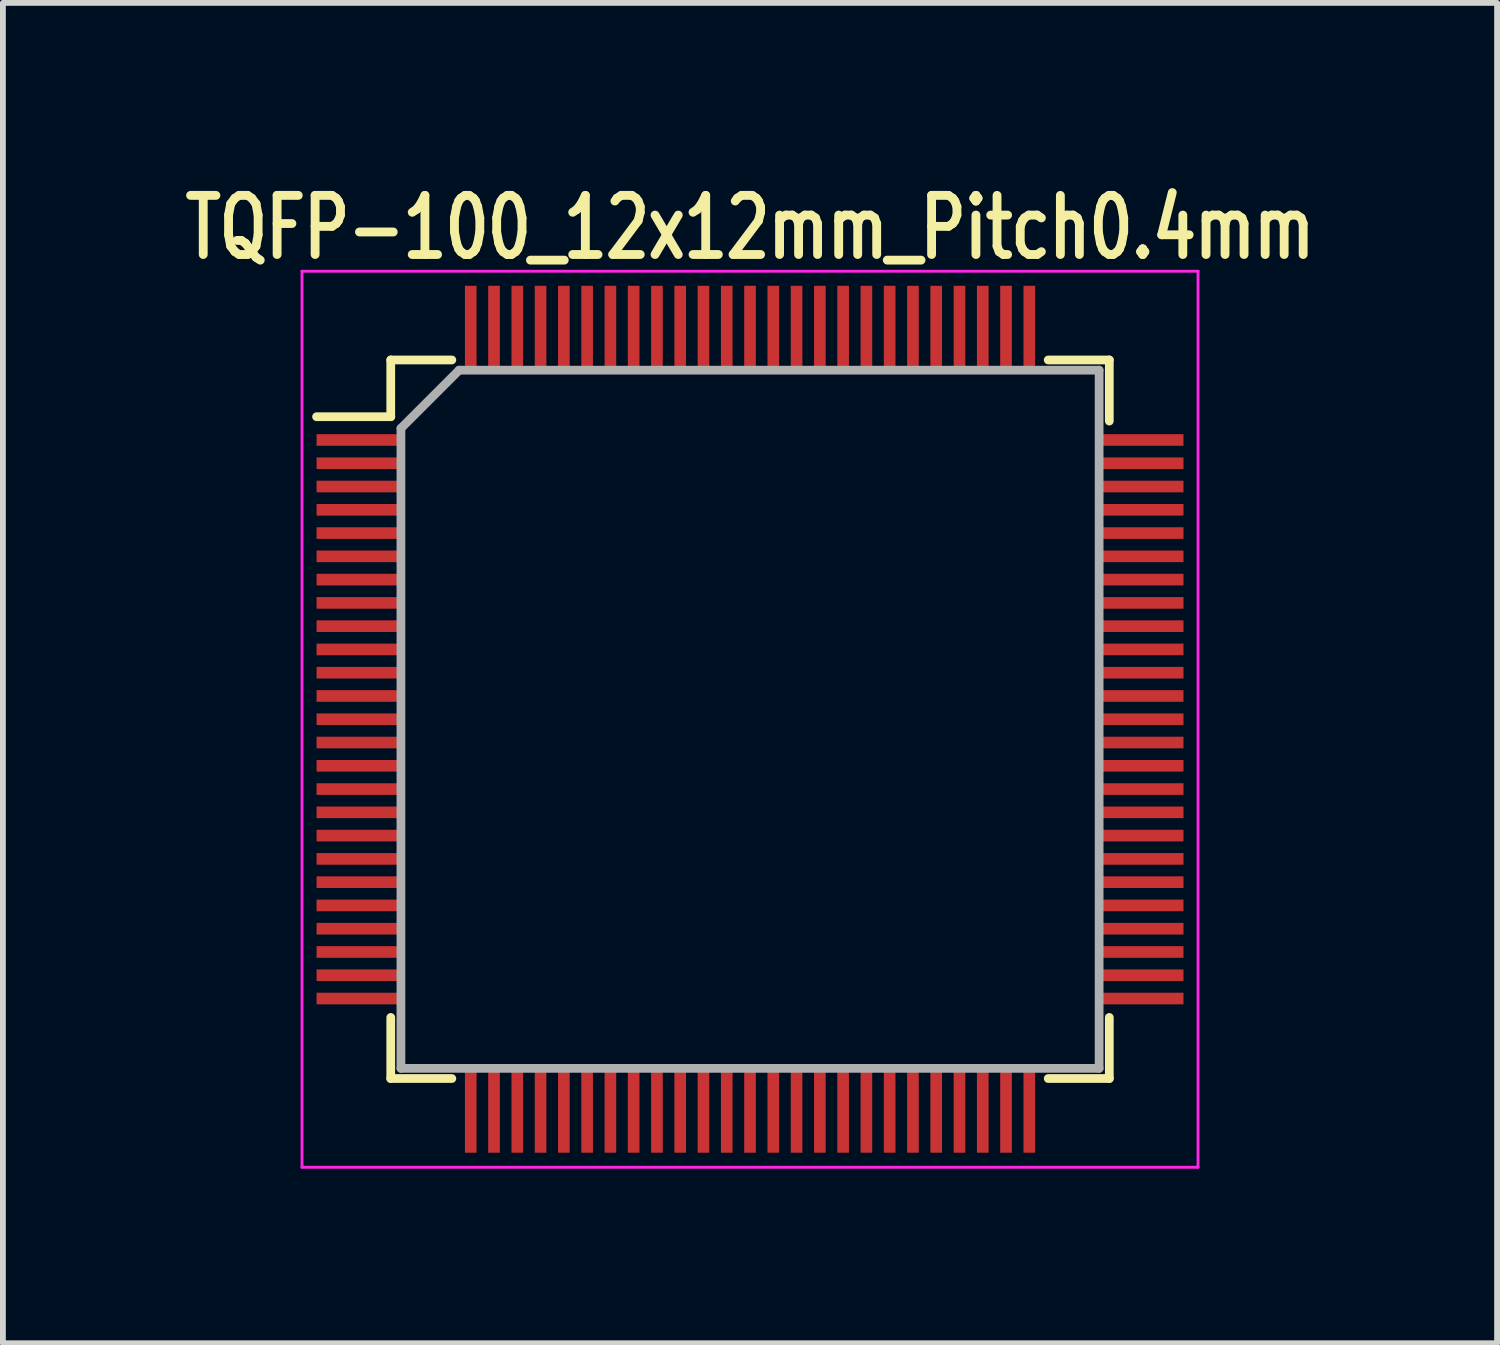
<source format=kicad_pcb>
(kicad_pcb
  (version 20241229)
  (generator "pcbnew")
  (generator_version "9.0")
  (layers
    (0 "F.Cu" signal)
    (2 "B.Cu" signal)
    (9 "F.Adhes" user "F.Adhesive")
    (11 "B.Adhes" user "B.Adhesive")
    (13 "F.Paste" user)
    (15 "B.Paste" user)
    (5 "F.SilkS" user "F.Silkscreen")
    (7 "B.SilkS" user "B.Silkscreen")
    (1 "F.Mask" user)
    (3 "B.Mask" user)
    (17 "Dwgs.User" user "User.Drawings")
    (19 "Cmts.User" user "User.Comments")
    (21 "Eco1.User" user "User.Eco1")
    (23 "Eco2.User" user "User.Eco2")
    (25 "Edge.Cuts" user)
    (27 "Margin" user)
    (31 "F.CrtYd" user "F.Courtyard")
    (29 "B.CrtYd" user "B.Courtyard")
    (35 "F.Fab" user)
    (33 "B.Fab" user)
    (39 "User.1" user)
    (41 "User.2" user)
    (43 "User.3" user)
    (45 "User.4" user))
  (footprint "TQFP-100_12x12mm_Pitch0.4mm"
    (layer "F.Cu")
    (at 9.841 9.312)
    (property "Reference" "TQFP-100_12x12mm_Pitch0.4mm" (at 0 -8.45 0) (layer "F.SilkS") (effects (font (size 1.016 0.762) (thickness 0.152))))
    (attr smd)
    (fp_line (start -6.175 -6.175) (end -6.175 -5.2) (stroke (width 0.15) (type solid)) (layer "F.SilkS"))
    (fp_line (start -6.175 -6.175) (end -5.125 -6.175) (stroke (width 0.15) (type solid)) (layer "F.SilkS"))
    (fp_line (start -6.175 -5.2) (end -7.45 -5.2) (stroke (width 0.15) (type solid)) (layer "F.SilkS"))
    (fp_line (start -6.175 6.175) (end -6.175 5.125) (stroke (width 0.15) (type solid)) (layer "F.SilkS"))
    (fp_line (start -6.175 6.175) (end -5.125 6.175) (stroke (width 0.15) (type solid)) (layer "F.SilkS"))
    (fp_line (start 6.175 -6.175) (end 5.125 -6.175) (stroke (width 0.15) (type solid)) (layer "F.SilkS"))
    (fp_line (start 6.175 -6.175) (end 6.175 -5.125) (stroke (width 0.15) (type solid)) (layer "F.SilkS"))
    (fp_line (start 6.175 6.175) (end 5.125 6.175) (stroke (width 0.15) (type solid)) (layer "F.SilkS"))
    (fp_line (start 6.175 6.175) (end 6.175 5.125) (stroke (width 0.15) (type solid)) (layer "F.SilkS"))
    (fp_line (start -7.7 -7.7) (end -7.7 7.7) (stroke (width 0.05) (type solid)) (layer "F.CrtYd"))
    (fp_line (start -7.7 -7.7) (end 7.7 -7.7) (stroke (width 0.05) (type solid)) (layer "F.CrtYd"))
    (fp_line (start -7.7 7.7) (end 7.7 7.7) (stroke (width 0.05) (type solid)) (layer "F.CrtYd"))
    (fp_line (start 7.7 -7.7) (end 7.7 7.7) (stroke (width 0.05) (type solid)) (layer "F.CrtYd"))
    (fp_line (start -6 -5) (end -5 -6) (stroke (width 0.15) (type solid)) (layer "F.Fab"))
    (fp_line (start -6 6) (end -6 -5) (stroke (width 0.15) (type solid)) (layer "F.Fab"))
    (fp_line (start -5 -6) (end 6 -6) (stroke (width 0.15) (type solid)) (layer "F.Fab"))
    (fp_line (start 6 -6) (end 6 6) (stroke (width 0.15) (type solid)) (layer "F.Fab"))
    (fp_line (start 6 6) (end -6 6) (stroke (width 0.15) (type solid)) (layer "F.Fab"))
    (pad "1" smd rect (at -6.7 -4.8) (size 1.5 0.2) (layers "F.Cu" "F.Mask" "F.Paste"))
    (pad "2" smd rect (at -6.7 -4.4) (size 1.5 0.2) (layers "F.Cu" "F.Mask" "F.Paste"))
    (pad "3" smd rect (at -6.7 -4) (size 1.5 0.2) (layers "F.Cu" "F.Mask" "F.Paste"))
    (pad "4" smd rect (at -6.7 -3.6) (size 1.5 0.2) (layers "F.Cu" "F.Mask" "F.Paste"))
    (pad "5" smd rect (at -6.7 -3.2) (size 1.5 0.2) (layers "F.Cu" "F.Mask" "F.Paste"))
    (pad "6" smd rect (at -6.7 -2.8) (size 1.5 0.2) (layers "F.Cu" "F.Mask" "F.Paste"))
    (pad "7" smd rect (at -6.7 -2.4) (size 1.5 0.2) (layers "F.Cu" "F.Mask" "F.Paste"))
    (pad "8" smd rect (at -6.7 -2) (size 1.5 0.2) (layers "F.Cu" "F.Mask" "F.Paste"))
    (pad "9" smd rect (at -6.7 -1.6) (size 1.5 0.2) (layers "F.Cu" "F.Mask" "F.Paste"))
    (pad "10" smd rect (at -6.7 -1.2) (size 1.5 0.2) (layers "F.Cu" "F.Mask" "F.Paste"))
    (pad "11" smd rect (at -6.7 -0.8) (size 1.5 0.2) (layers "F.Cu" "F.Mask" "F.Paste"))
    (pad "12" smd rect (at -6.7 -0.4) (size 1.5 0.2) (layers "F.Cu" "F.Mask" "F.Paste"))
    (pad "13" smd rect (at -6.7 0) (size 1.5 0.2) (layers "F.Cu" "F.Mask" "F.Paste"))
    (pad "14" smd rect (at -6.7 0.4) (size 1.5 0.2) (layers "F.Cu" "F.Mask" "F.Paste"))
    (pad "15" smd rect (at -6.7 0.8) (size 1.5 0.2) (layers "F.Cu" "F.Mask" "F.Paste"))
    (pad "16" smd rect (at -6.7 1.2) (size 1.5 0.2) (layers "F.Cu" "F.Mask" "F.Paste"))
    (pad "17" smd rect (at -6.7 1.6) (size 1.5 0.2) (layers "F.Cu" "F.Mask" "F.Paste"))
    (pad "18" smd rect (at -6.7 2) (size 1.5 0.2) (layers "F.Cu" "F.Mask" "F.Paste"))
    (pad "19" smd rect (at -6.7 2.4) (size 1.5 0.2) (layers "F.Cu" "F.Mask" "F.Paste"))
    (pad "20" smd rect (at -6.7 2.8) (size 1.5 0.2) (layers "F.Cu" "F.Mask" "F.Paste"))
    (pad "21" smd rect (at -6.7 3.2) (size 1.5 0.2) (layers "F.Cu" "F.Mask" "F.Paste"))
    (pad "22" smd rect (at -6.7 3.6) (size 1.5 0.2) (layers "F.Cu" "F.Mask" "F.Paste"))
    (pad "23" smd rect (at -6.7 4) (size 1.5 0.2) (layers "F.Cu" "F.Mask" "F.Paste"))
    (pad "24" smd rect (at -6.7 4.4) (size 1.5 0.2) (layers "F.Cu" "F.Mask" "F.Paste"))
    (pad "25" smd rect (at -6.7 4.8) (size 1.5 0.2) (layers "F.Cu" "F.Mask" "F.Paste"))
    (pad "26" smd rect (at -4.8 6.7 90) (size 1.5 0.2) (layers "F.Cu" "F.Mask" "F.Paste"))
    (pad "27" smd rect (at -4.4 6.7 90) (size 1.5 0.2) (layers "F.Cu" "F.Mask" "F.Paste"))
    (pad "28" smd rect (at -4 6.7 90) (size 1.5 0.2) (layers "F.Cu" "F.Mask" "F.Paste"))
    (pad "29" smd rect (at -3.6 6.7 90) (size 1.5 0.2) (layers "F.Cu" "F.Mask" "F.Paste"))
    (pad "30" smd rect (at -3.2 6.7 90) (size 1.5 0.2) (layers "F.Cu" "F.Mask" "F.Paste"))
    (pad "31" smd rect (at -2.8 6.7 90) (size 1.5 0.2) (layers "F.Cu" "F.Mask" "F.Paste"))
    (pad "32" smd rect (at -2.4 6.7 90) (size 1.5 0.2) (layers "F.Cu" "F.Mask" "F.Paste"))
    (pad "33" smd rect (at -2 6.7 90) (size 1.5 0.2) (layers "F.Cu" "F.Mask" "F.Paste"))
    (pad "34" smd rect (at -1.6 6.7 90) (size 1.5 0.2) (layers "F.Cu" "F.Mask" "F.Paste"))
    (pad "35" smd rect (at -1.2 6.7 90) (size 1.5 0.2) (layers "F.Cu" "F.Mask" "F.Paste"))
    (pad "36" smd rect (at -0.8 6.7 90) (size 1.5 0.2) (layers "F.Cu" "F.Mask" "F.Paste"))
    (pad "37" smd rect (at -0.4 6.7 90) (size 1.5 0.2) (layers "F.Cu" "F.Mask" "F.Paste"))
    (pad "38" smd rect (at 0 6.7 90) (size 1.5 0.2) (layers "F.Cu" "F.Mask" "F.Paste"))
    (pad "39" smd rect (at 0.4 6.7 90) (size 1.5 0.2) (layers "F.Cu" "F.Mask" "F.Paste"))
    (pad "40" smd rect (at 0.8 6.7 90) (size 1.5 0.2) (layers "F.Cu" "F.Mask" "F.Paste"))
    (pad "41" smd rect (at 1.2 6.7 90) (size 1.5 0.2) (layers "F.Cu" "F.Mask" "F.Paste"))
    (pad "42" smd rect (at 1.6 6.7 90) (size 1.5 0.2) (layers "F.Cu" "F.Mask" "F.Paste"))
    (pad "43" smd rect (at 2 6.7 90) (size 1.5 0.2) (layers "F.Cu" "F.Mask" "F.Paste"))
    (pad "44" smd rect (at 2.4 6.7 90) (size 1.5 0.2) (layers "F.Cu" "F.Mask" "F.Paste"))
    (pad "45" smd rect (at 2.8 6.7 90) (size 1.5 0.2) (layers "F.Cu" "F.Mask" "F.Paste"))
    (pad "46" smd rect (at 3.2 6.7 90) (size 1.5 0.2) (layers "F.Cu" "F.Mask" "F.Paste"))
    (pad "47" smd rect (at 3.6 6.7 90) (size 1.5 0.2) (layers "F.Cu" "F.Mask" "F.Paste"))
    (pad "48" smd rect (at 4 6.7 90) (size 1.5 0.2) (layers "F.Cu" "F.Mask" "F.Paste"))
    (pad "49" smd rect (at 4.4 6.7 90) (size 1.5 0.2) (layers "F.Cu" "F.Mask" "F.Paste"))
    (pad "50" smd rect (at 4.8 6.7 90) (size 1.5 0.2) (layers "F.Cu" "F.Mask" "F.Paste"))
    (pad "51" smd rect (at 6.7 4.8) (size 1.5 0.2) (layers "F.Cu" "F.Mask" "F.Paste"))
    (pad "52" smd rect (at 6.7 4.4) (size 1.5 0.2) (layers "F.Cu" "F.Mask" "F.Paste"))
    (pad "53" smd rect (at 6.7 4) (size 1.5 0.2) (layers "F.Cu" "F.Mask" "F.Paste"))
    (pad "54" smd rect (at 6.7 3.6) (size 1.5 0.2) (layers "F.Cu" "F.Mask" "F.Paste"))
    (pad "55" smd rect (at 6.7 3.2) (size 1.5 0.2) (layers "F.Cu" "F.Mask" "F.Paste"))
    (pad "56" smd rect (at 6.7 2.8) (size 1.5 0.2) (layers "F.Cu" "F.Mask" "F.Paste"))
    (pad "57" smd rect (at 6.7 2.4) (size 1.5 0.2) (layers "F.Cu" "F.Mask" "F.Paste"))
    (pad "58" smd rect (at 6.7 2) (size 1.5 0.2) (layers "F.Cu" "F.Mask" "F.Paste"))
    (pad "59" smd rect (at 6.7 1.6) (size 1.5 0.2) (layers "F.Cu" "F.Mask" "F.Paste"))
    (pad "60" smd rect (at 6.7 1.2) (size 1.5 0.2) (layers "F.Cu" "F.Mask" "F.Paste"))
    (pad "61" smd rect (at 6.7 0.8) (size 1.5 0.2) (layers "F.Cu" "F.Mask" "F.Paste"))
    (pad "62" smd rect (at 6.7 0.4) (size 1.5 0.2) (layers "F.Cu" "F.Mask" "F.Paste"))
    (pad "63" smd rect (at 6.7 0) (size 1.5 0.2) (layers "F.Cu" "F.Mask" "F.Paste"))
    (pad "64" smd rect (at 6.7 -0.4) (size 1.5 0.2) (layers "F.Cu" "F.Mask" "F.Paste"))
    (pad "65" smd rect (at 6.7 -0.8) (size 1.5 0.2) (layers "F.Cu" "F.Mask" "F.Paste"))
    (pad "66" smd rect (at 6.7 -1.2) (size 1.5 0.2) (layers "F.Cu" "F.Mask" "F.Paste"))
    (pad "67" smd rect (at 6.7 -1.6) (size 1.5 0.2) (layers "F.Cu" "F.Mask" "F.Paste"))
    (pad "68" smd rect (at 6.7 -2) (size 1.5 0.2) (layers "F.Cu" "F.Mask" "F.Paste"))
    (pad "69" smd rect (at 6.7 -2.4) (size 1.5 0.2) (layers "F.Cu" "F.Mask" "F.Paste"))
    (pad "70" smd rect (at 6.7 -2.8) (size 1.5 0.2) (layers "F.Cu" "F.Mask" "F.Paste"))
    (pad "71" smd rect (at 6.7 -3.2) (size 1.5 0.2) (layers "F.Cu" "F.Mask" "F.Paste"))
    (pad "72" smd rect (at 6.7 -3.6) (size 1.5 0.2) (layers "F.Cu" "F.Mask" "F.Paste"))
    (pad "73" smd rect (at 6.7 -4) (size 1.5 0.2) (layers "F.Cu" "F.Mask" "F.Paste"))
    (pad "74" smd rect (at 6.7 -4.4) (size 1.5 0.2) (layers "F.Cu" "F.Mask" "F.Paste"))
    (pad "75" smd rect (at 6.7 -4.8) (size 1.5 0.2) (layers "F.Cu" "F.Mask" "F.Paste"))
    (pad "76" smd rect (at 4.8 -6.7 90) (size 1.5 0.2) (layers "F.Cu" "F.Mask" "F.Paste"))
    (pad "77" smd rect (at 4.4 -6.7 90) (size 1.5 0.2) (layers "F.Cu" "F.Mask" "F.Paste"))
    (pad "78" smd rect (at 4 -6.7 90) (size 1.5 0.2) (layers "F.Cu" "F.Mask" "F.Paste"))
    (pad "79" smd rect (at 3.6 -6.7 90) (size 1.5 0.2) (layers "F.Cu" "F.Mask" "F.Paste"))
    (pad "80" smd rect (at 3.2 -6.7 90) (size 1.5 0.2) (layers "F.Cu" "F.Mask" "F.Paste"))
    (pad "81" smd rect (at 2.8 -6.7 90) (size 1.5 0.2) (layers "F.Cu" "F.Mask" "F.Paste"))
    (pad "82" smd rect (at 2.4 -6.7 90) (size 1.5 0.2) (layers "F.Cu" "F.Mask" "F.Paste"))
    (pad "83" smd rect (at 2 -6.7 90) (size 1.5 0.2) (layers "F.Cu" "F.Mask" "F.Paste"))
    (pad "84" smd rect (at 1.6 -6.7 90) (size 1.5 0.2) (layers "F.Cu" "F.Mask" "F.Paste"))
    (pad "85" smd rect (at 1.2 -6.7 90) (size 1.5 0.2) (layers "F.Cu" "F.Mask" "F.Paste"))
    (pad "86" smd rect (at 0.8 -6.7 90) (size 1.5 0.2) (layers "F.Cu" "F.Mask" "F.Paste"))
    (pad "87" smd rect (at 0.4 -6.7 90) (size 1.5 0.2) (layers "F.Cu" "F.Mask" "F.Paste"))
    (pad "88" smd rect (at 0 -6.7 90) (size 1.5 0.2) (layers "F.Cu" "F.Mask" "F.Paste"))
    (pad "89" smd rect (at -0.4 -6.7 90) (size 1.5 0.2) (layers "F.Cu" "F.Mask" "F.Paste"))
    (pad "90" smd rect (at -0.8 -6.7 90) (size 1.5 0.2) (layers "F.Cu" "F.Mask" "F.Paste"))
    (pad "91" smd rect (at -1.2 -6.7 90) (size 1.5 0.2) (layers "F.Cu" "F.Mask" "F.Paste"))
    (pad "92" smd rect (at -1.6 -6.7 90) (size 1.5 0.2) (layers "F.Cu" "F.Mask" "F.Paste"))
    (pad "93" smd rect (at -2 -6.7 90) (size 1.5 0.2) (layers "F.Cu" "F.Mask" "F.Paste"))
    (pad "94" smd rect (at -2.4 -6.7 90) (size 1.5 0.2) (layers "F.Cu" "F.Mask" "F.Paste"))
    (pad "95" smd rect (at -2.8 -6.7 90) (size 1.5 0.2) (layers "F.Cu" "F.Mask" "F.Paste"))
    (pad "96" smd rect (at -3.2 -6.7 90) (size 1.5 0.2) (layers "F.Cu" "F.Mask" "F.Paste"))
    (pad "97" smd rect (at -3.6 -6.7 90) (size 1.5 0.2) (layers "F.Cu" "F.Mask" "F.Paste"))
    (pad "98" smd rect (at -4 -6.7 90) (size 1.5 0.2) (layers "F.Cu" "F.Mask" "F.Paste"))
    (pad "99" smd rect (at -4.4 -6.7 90) (size 1.5 0.2) (layers "F.Cu" "F.Mask" "F.Paste"))
    (pad "100" smd rect (at -4.8 -6.7 90) (size 1.5 0.2) (layers "F.Cu" "F.Mask" "F.Paste")))
  (gr_rect
    (start -3 -3)
    (end 22.681 20.037)
    (stroke (width 0.1) (type default))
    (fill no)
    (layer "Edge.Cuts")))
</source>
